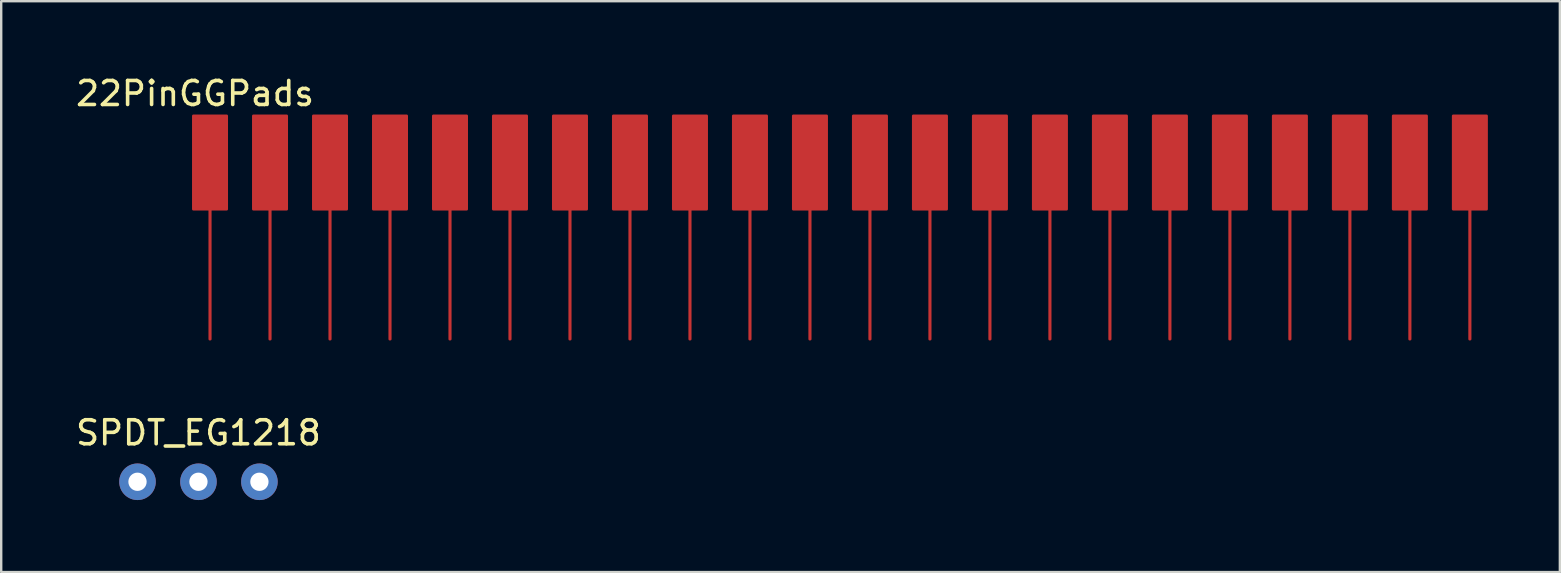
<source format=kicad_pcb>
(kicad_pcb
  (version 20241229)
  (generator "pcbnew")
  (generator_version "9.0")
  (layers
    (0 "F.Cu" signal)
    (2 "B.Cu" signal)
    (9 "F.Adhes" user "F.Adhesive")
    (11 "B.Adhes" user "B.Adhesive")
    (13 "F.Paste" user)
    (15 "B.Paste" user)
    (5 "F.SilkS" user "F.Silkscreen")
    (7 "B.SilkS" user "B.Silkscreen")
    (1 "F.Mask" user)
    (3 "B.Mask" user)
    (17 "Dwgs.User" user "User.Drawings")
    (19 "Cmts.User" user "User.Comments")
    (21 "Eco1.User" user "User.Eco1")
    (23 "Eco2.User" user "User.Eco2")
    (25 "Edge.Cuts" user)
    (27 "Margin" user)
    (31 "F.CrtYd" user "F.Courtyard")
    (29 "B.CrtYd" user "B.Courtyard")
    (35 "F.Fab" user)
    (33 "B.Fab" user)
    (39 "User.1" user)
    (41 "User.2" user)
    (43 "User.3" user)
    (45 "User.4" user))
  (footprint "22PinGGPads"
    (layer "F.Cu")
    (at 4.952 1.723)
    (property "Reference" "22PinGGPads" (at 0.125 -0.875 0) (layer "F.SilkS") (effects (font (size 1 1) (thickness 0.15))))
    (attr through_hole)
    (pad "1" smd custom (at 0.75 0.71) (size 1.124 1.124) (layers "F.Cu" "F.Mask" "F.Paste") (options (anchor rect)) (primitives (gr_poly (pts (xy 0.015 8.655) (xy -0.015 8.655) (xy -0.015 3.295) (xy 0.015 3.295)) (width 0.1) (fill yes)) (gr_poly (pts (xy 0.7 3.24) (xy -0.7 3.24) (xy -0.7 -0.66) (xy 0.7 -0.66)) (width 0.1) (fill yes))))
    (pad "2" smd custom (at 3.25 0.71) (size 1.124 1.124) (layers "F.Cu" "F.Mask" "F.Paste") (options (anchor rect)) (primitives (gr_poly (pts (xy 0.015 8.655) (xy -0.015 8.655) (xy -0.015 3.295) (xy 0.015 3.295)) (width 0.1) (fill yes)) (gr_poly (pts (xy 0.7 3.24) (xy -0.7 3.24) (xy -0.7 -0.66) (xy 0.7 -0.66)) (width 0.1) (fill yes))))
    (pad "3" smd custom (at 5.75 0.71) (size 1.124 1.124) (layers "F.Cu" "F.Mask" "F.Paste") (options (anchor rect)) (primitives (gr_poly (pts (xy 0.015 8.655) (xy -0.015 8.655) (xy -0.015 3.295) (xy 0.015 3.295)) (width 0.1) (fill yes)) (gr_poly (pts (xy 0.7 3.24) (xy -0.7 3.24) (xy -0.7 -0.66) (xy 0.7 -0.66)) (width 0.1) (fill yes))))
    (pad "4" smd custom (at 8.25 0.71) (size 1.124 1.124) (layers "F.Cu" "F.Mask" "F.Paste") (options (anchor rect)) (primitives (gr_poly (pts (xy 0.015 8.655) (xy -0.015 8.655) (xy -0.015 3.295) (xy 0.015 3.295)) (width 0.1) (fill yes)) (gr_poly (pts (xy 0.7 3.24) (xy -0.7 3.24) (xy -0.7 -0.66) (xy 0.7 -0.66)) (width 0.1) (fill yes))))
    (pad "5" smd custom (at 10.75 0.71) (size 1.124 1.124) (layers "F.Cu" "F.Mask" "F.Paste") (options (anchor rect)) (primitives (gr_poly (pts (xy 0.015 8.655) (xy -0.015 8.655) (xy -0.015 3.295) (xy 0.015 3.295)) (width 0.1) (fill yes)) (gr_poly (pts (xy 0.7 3.24) (xy -0.7 3.24) (xy -0.7 -0.66) (xy 0.7 -0.66)) (width 0.1) (fill yes))))
    (pad "6" smd custom (at 13.25 0.71) (size 1.124 1.124) (layers "F.Cu" "F.Mask" "F.Paste") (options (anchor rect)) (primitives (gr_poly (pts (xy 0.015 8.655) (xy -0.015 8.655) (xy -0.015 3.295) (xy 0.015 3.295)) (width 0.1) (fill yes)) (gr_poly (pts (xy 0.7 3.24) (xy -0.7 3.24) (xy -0.7 -0.66) (xy 0.7 -0.66)) (width 0.1) (fill yes))))
    (pad "7" smd custom (at 15.75 0.71) (size 1.124 1.124) (layers "F.Cu" "F.Mask" "F.Paste") (options (anchor rect)) (primitives (gr_poly (pts (xy 0.015 8.655) (xy -0.015 8.655) (xy -0.015 3.295) (xy 0.015 3.295)) (width 0.1) (fill yes)) (gr_poly (pts (xy 0.7 3.24) (xy -0.7 3.24) (xy -0.7 -0.66) (xy 0.7 -0.66)) (width 0.1) (fill yes))))
    (pad "8" smd custom (at 18.25 0.71) (size 1.124 1.124) (layers "F.Cu" "F.Mask" "F.Paste") (options (anchor rect)) (primitives (gr_poly (pts (xy 0.015 8.655) (xy -0.015 8.655) (xy -0.015 3.295) (xy 0.015 3.295)) (width 0.1) (fill yes)) (gr_poly (pts (xy 0.7 3.24) (xy -0.7 3.24) (xy -0.7 -0.66) (xy 0.7 -0.66)) (width 0.1) (fill yes))))
    (pad "9" smd custom (at 20.75 0.71) (size 1.124 1.124) (layers "F.Cu" "F.Mask" "F.Paste") (options (anchor rect)) (primitives (gr_poly (pts (xy 0.015 8.655) (xy -0.015 8.655) (xy -0.015 3.295) (xy 0.015 3.295)) (width 0.1) (fill yes)) (gr_poly (pts (xy 0.7 3.24) (xy -0.7 3.24) (xy -0.7 -0.66) (xy 0.7 -0.66)) (width 0.1) (fill yes))))
    (pad "10" smd custom (at 23.25 0.71) (size 1.124 1.124) (layers "F.Cu" "F.Mask" "F.Paste") (options (anchor rect)) (primitives (gr_poly (pts (xy 0.015 8.655) (xy -0.015 8.655) (xy -0.015 3.295) (xy 0.015 3.295)) (width 0.1) (fill yes)) (gr_poly (pts (xy 0.7 3.24) (xy -0.7 3.24) (xy -0.7 -0.66) (xy 0.7 -0.66)) (width 0.1) (fill yes))))
    (pad "11" smd custom (at 25.75 0.71) (size 1.124 1.124) (layers "F.Cu" "F.Mask" "F.Paste") (options (anchor rect)) (primitives (gr_poly (pts (xy 0.015 8.655) (xy -0.015 8.655) (xy -0.015 3.295) (xy 0.015 3.295)) (width 0.1) (fill yes)) (gr_poly (pts (xy 0.7 3.24) (xy -0.7 3.24) (xy -0.7 -0.66) (xy 0.7 -0.66)) (width 0.1) (fill yes))))
    (pad "12" smd custom (at 28.25 0.71) (size 1.124 1.124) (layers "F.Cu" "F.Mask" "F.Paste") (options (anchor rect)) (primitives (gr_poly (pts (xy 0.015 8.655) (xy -0.015 8.655) (xy -0.015 3.295) (xy 0.015 3.295)) (width 0.1) (fill yes)) (gr_poly (pts (xy 0.7 3.24) (xy -0.7 3.24) (xy -0.7 -0.66) (xy 0.7 -0.66)) (width 0.1) (fill yes))))
    (pad "13" smd custom (at 30.75 0.71) (size 1.124 1.124) (layers "F.Cu" "F.Mask" "F.Paste") (options (anchor rect)) (primitives (gr_poly (pts (xy 0.015 8.655) (xy -0.015 8.655) (xy -0.015 3.295) (xy 0.015 3.295)) (width 0.1) (fill yes)) (gr_poly (pts (xy 0.7 3.24) (xy -0.7 3.24) (xy -0.7 -0.66) (xy 0.7 -0.66)) (width 0.1) (fill yes))))
    (pad "14" smd custom (at 33.25 0.71) (size 1.124 1.124) (layers "F.Cu" "F.Mask" "F.Paste") (options (anchor rect)) (primitives (gr_poly (pts (xy 0.015 8.655) (xy -0.015 8.655) (xy -0.015 3.295) (xy 0.015 3.295)) (width 0.1) (fill yes)) (gr_poly (pts (xy 0.7 3.24) (xy -0.7 3.24) (xy -0.7 -0.66) (xy 0.7 -0.66)) (width 0.1) (fill yes))))
    (pad "15" smd custom (at 35.75 0.71) (size 1.124 1.124) (layers "F.Cu" "F.Mask" "F.Paste") (options (anchor rect)) (primitives (gr_poly (pts (xy 0.015 8.655) (xy -0.015 8.655) (xy -0.015 3.295) (xy 0.015 3.295)) (width 0.1) (fill yes)) (gr_poly (pts (xy 0.7 3.24) (xy -0.7 3.24) (xy -0.7 -0.66) (xy 0.7 -0.66)) (width 0.1) (fill yes))))
    (pad "16" smd custom (at 38.25 0.71) (size 1.124 1.124) (layers "F.Cu" "F.Mask" "F.Paste") (options (anchor rect)) (primitives (gr_poly (pts (xy 0.015 8.655) (xy -0.015 8.655) (xy -0.015 3.295) (xy 0.015 3.295)) (width 0.1) (fill yes)) (gr_poly (pts (xy 0.7 3.24) (xy -0.7 3.24) (xy -0.7 -0.66) (xy 0.7 -0.66)) (width 0.1) (fill yes))))
    (pad "17" smd custom (at 40.75 0.71) (size 1.124 1.124) (layers "F.Cu" "F.Mask" "F.Paste") (options (anchor rect)) (primitives (gr_poly (pts (xy 0.015 8.655) (xy -0.015 8.655) (xy -0.015 3.295) (xy 0.015 3.295)) (width 0.1) (fill yes)) (gr_poly (pts (xy 0.7 3.24) (xy -0.7 3.24) (xy -0.7 -0.66) (xy 0.7 -0.66)) (width 0.1) (fill yes))))
    (pad "18" smd custom (at 43.25 0.71) (size 1.124 1.124) (layers "F.Cu" "F.Mask" "F.Paste") (options (anchor rect)) (primitives (gr_poly (pts (xy 0.015 8.655) (xy -0.015 8.655) (xy -0.015 3.295) (xy 0.015 3.295)) (width 0.1) (fill yes)) (gr_poly (pts (xy 0.7 3.24) (xy -0.7 3.24) (xy -0.7 -0.66) (xy 0.7 -0.66)) (width 0.1) (fill yes))))
    (pad "19" smd custom (at 45.75 0.71) (size 1.124 1.124) (layers "F.Cu" "F.Mask" "F.Paste") (options (anchor rect)) (primitives (gr_poly (pts (xy 0.015 8.655) (xy -0.015 8.655) (xy -0.015 3.295) (xy 0.015 3.295)) (width 0.1) (fill yes)) (gr_poly (pts (xy 0.7 3.24) (xy -0.7 3.24) (xy -0.7 -0.66) (xy 0.7 -0.66)) (width 0.1) (fill yes))))
    (pad "20" smd custom (at 48.25 0.71) (size 1.124 1.124) (layers "F.Cu" "F.Mask" "F.Paste") (options (anchor rect)) (primitives (gr_poly (pts (xy 0.015 8.655) (xy -0.015 8.655) (xy -0.015 3.295) (xy 0.015 3.295)) (width 0.1) (fill yes)) (gr_poly (pts (xy 0.7 3.24) (xy -0.7 3.24) (xy -0.7 -0.66) (xy 0.7 -0.66)) (width 0.1) (fill yes))))
    (pad "21" smd custom (at 50.75 0.71) (size 1.124 1.124) (layers "F.Cu" "F.Mask" "F.Paste") (options (anchor rect)) (primitives (gr_poly (pts (xy 0.015 8.655) (xy -0.015 8.655) (xy -0.015 3.295) (xy 0.015 3.295)) (width 0.1) (fill yes)) (gr_poly (pts (xy 0.7 3.24) (xy -0.7 3.24) (xy -0.7 -0.66) (xy 0.7 -0.66)) (width 0.1) (fill yes))))
    (pad "22" smd custom (at 53.25 0.71) (size 1.124 1.124) (layers "F.Cu" "F.Mask" "F.Paste") (options (anchor rect)) (primitives (gr_poly (pts (xy 0.015 8.655) (xy -0.015 8.655) (xy -0.015 3.295) (xy 0.015 3.295)) (width 0.1) (fill yes)) (gr_poly (pts (xy 0.7 3.24) (xy -0.7 3.24) (xy -0.7 -0.66) (xy 0.7 -0.66)) (width 0.1) (fill yes)))))
  (footprint "SPDT_EG1218"
    (layer "F.Cu")
    (at 5.22 14.486)
    (property "Reference" "SPDT_EG1218" (at 0 0.5 0) (layer "F.SilkS") (effects (font (size 1 1) (thickness 0.15))))
    (attr through_hole)
    (pad "1" thru_hole circle (at -2.54 2.54) (size 1.524 1.524) (drill 0.762) (layers "*.Cu" "*.Mask"))
    (pad "2" thru_hole circle (at 0 2.54) (size 1.524 1.524) (drill 0.762) (layers "*.Cu" "*.Mask"))
    (pad "3" thru_hole circle (at 2.54 2.54) (size 1.524 1.524) (drill 0.762) (layers "*.Cu" "*.Mask")))
  (gr_rect
    (start -3 -3)
    (end 61.952 20.788)
    (stroke (width 0.1) (type default))
    (fill no)
    (layer "Edge.Cuts")))
</source>
